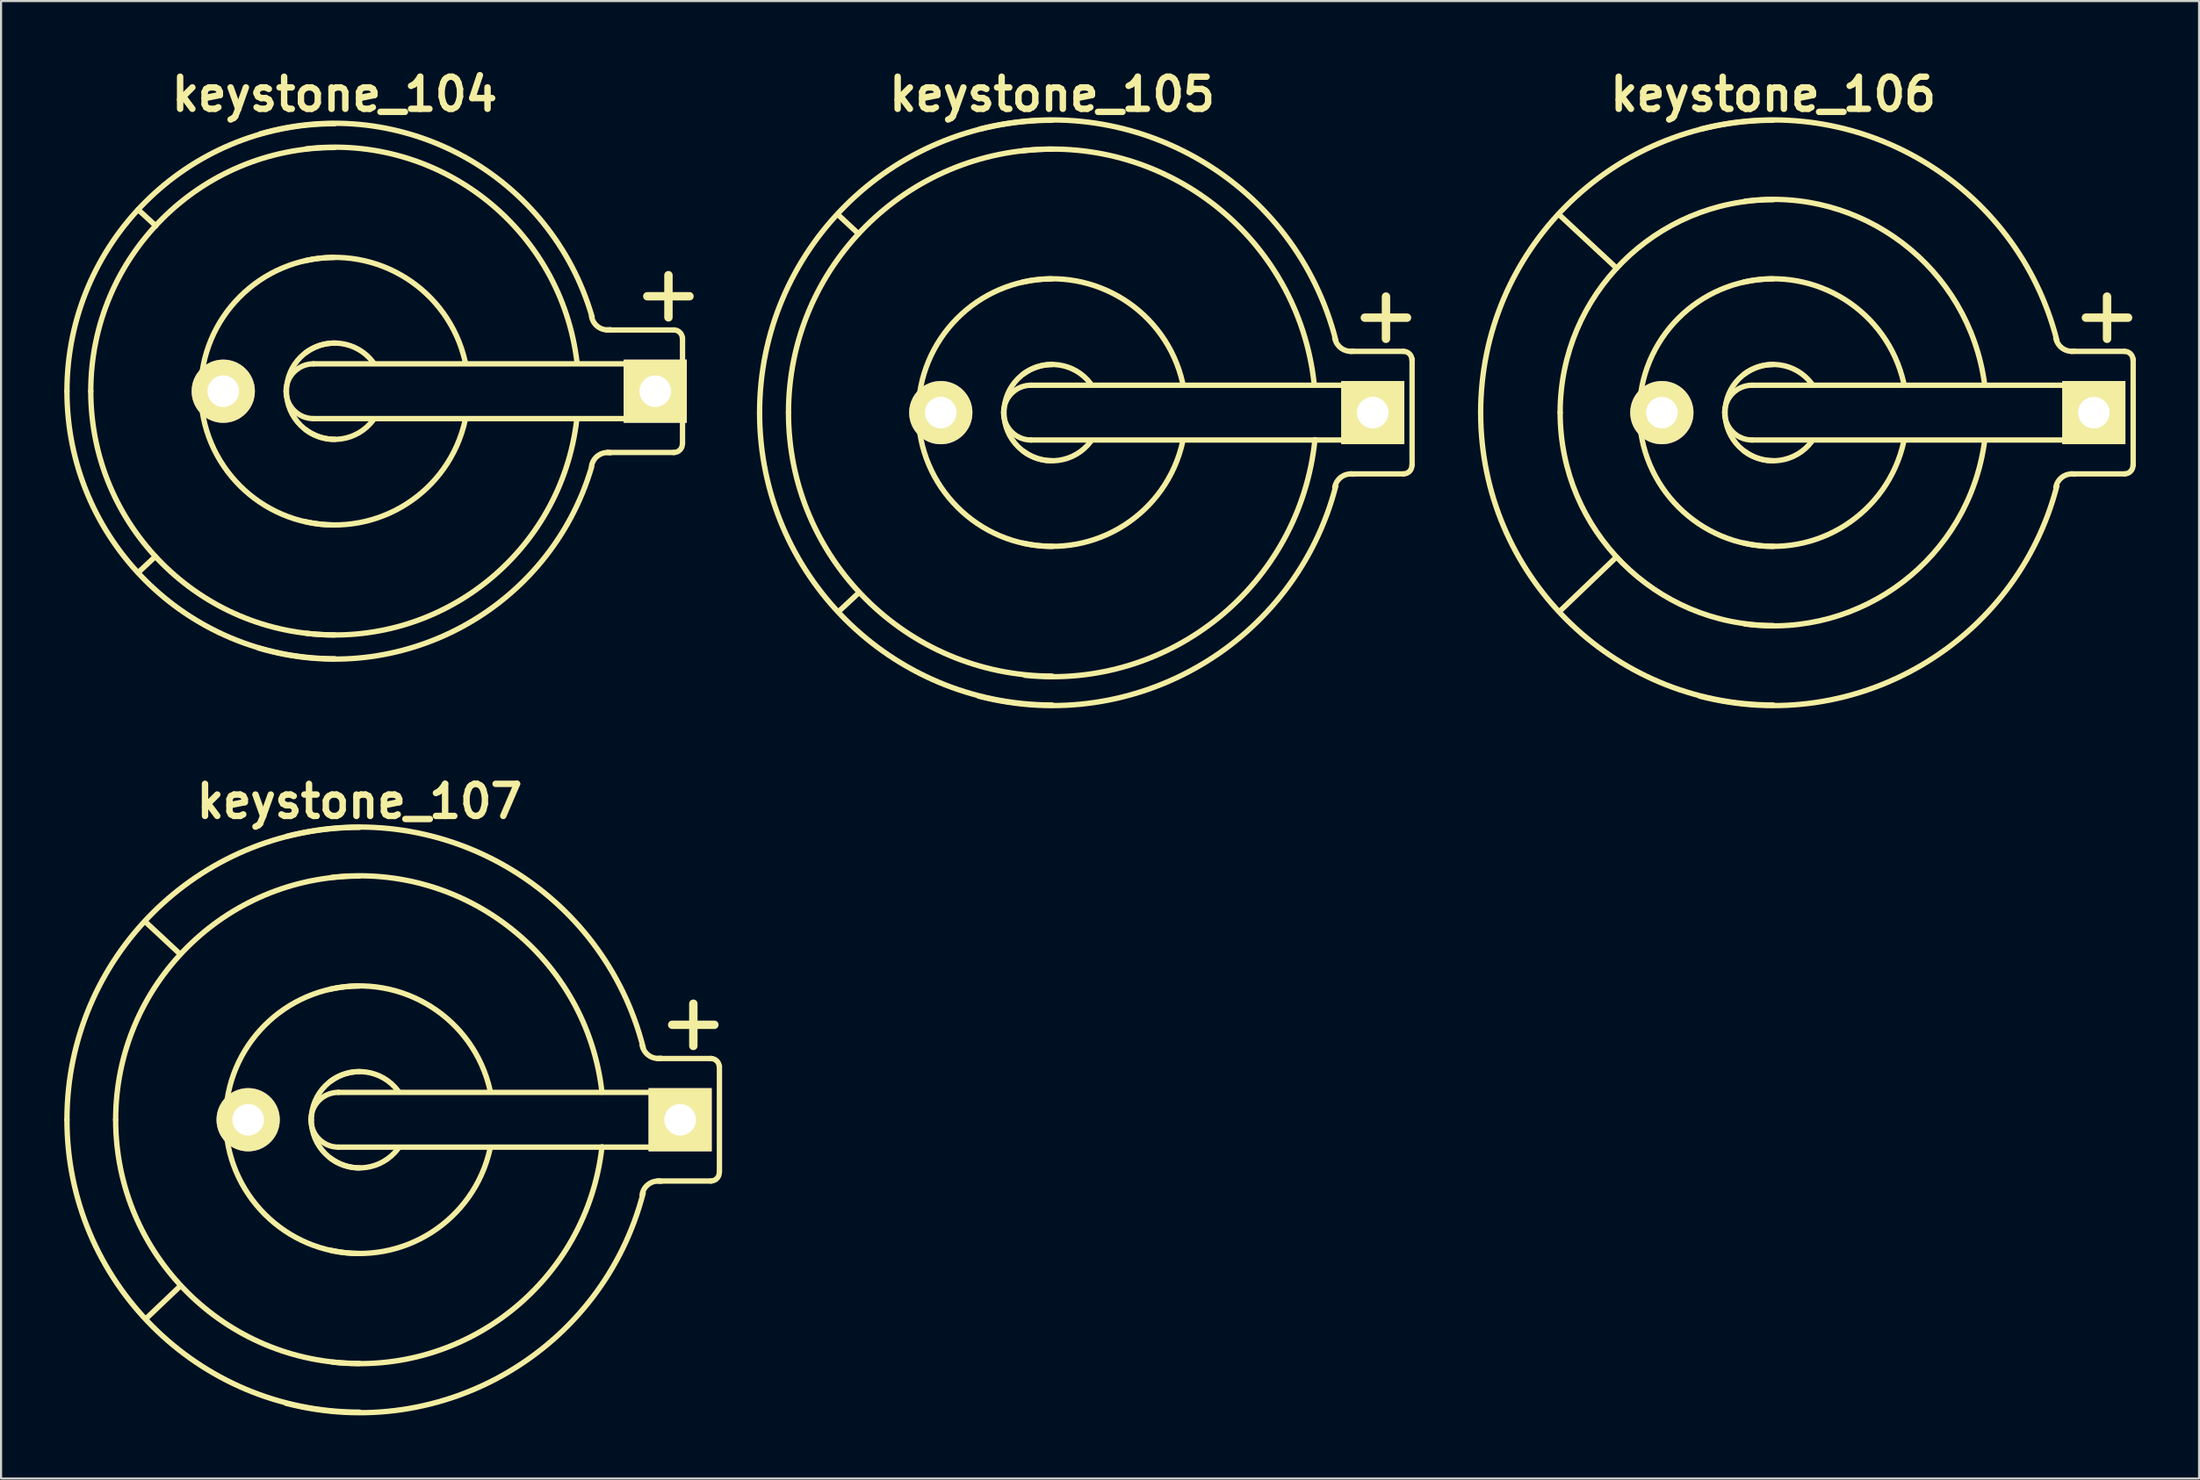
<source format=kicad_pcb>
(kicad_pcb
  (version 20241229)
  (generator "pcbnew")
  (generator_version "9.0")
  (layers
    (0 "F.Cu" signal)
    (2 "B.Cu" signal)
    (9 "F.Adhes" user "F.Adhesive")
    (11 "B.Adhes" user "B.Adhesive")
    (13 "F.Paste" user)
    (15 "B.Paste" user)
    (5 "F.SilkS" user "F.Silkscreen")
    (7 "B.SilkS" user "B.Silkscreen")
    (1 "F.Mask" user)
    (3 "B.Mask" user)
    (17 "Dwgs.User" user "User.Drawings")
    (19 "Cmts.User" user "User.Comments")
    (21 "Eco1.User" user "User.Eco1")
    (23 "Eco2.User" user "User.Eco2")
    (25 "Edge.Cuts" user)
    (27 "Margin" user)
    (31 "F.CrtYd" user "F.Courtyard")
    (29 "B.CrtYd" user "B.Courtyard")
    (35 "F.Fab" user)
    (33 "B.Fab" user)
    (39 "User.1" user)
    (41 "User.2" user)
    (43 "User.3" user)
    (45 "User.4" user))
  (footprint "keystone_107"
    (layer "F.Cu")
    (at 14.008 50.11)
    (property "Reference" "keystone_107" (at 0 -15.113 0) (layer "F.SilkS") (effects (font (size 1.524 1.524) (thickness 0.305))))
    (attr through_hole)
    (fp_line (start -8.509 -7.861) (end -10.173 -9.411) (stroke (width 0.254) (type solid)) (layer "F.SilkS"))
    (fp_line (start -8.496 7.887) (end -10.135 9.449) (stroke (width 0.254) (type solid)) (layer "F.SilkS"))
    (fp_line (start -1.001 -1.3) (end 15.199 -1.3) (stroke (width 0.254) (type solid)) (layer "F.SilkS"))
    (fp_line (start 14.839 -4.508) (end 16.84 -4.508) (stroke (width 0.399) (type solid)) (layer "F.SilkS"))
    (fp_line (start 15.199 1.3) (end -1.001 1.3) (stroke (width 0.254) (type solid)) (layer "F.SilkS"))
    (fp_line (start 15.207 -1.3) (end 15.207 1.3) (stroke (width 0.254) (type solid)) (layer "F.SilkS"))
    (fp_line (start 15.842 -3.505) (end 15.842 -5.509) (stroke (width 0.399) (type solid)) (layer "F.SilkS"))
    (fp_line (start 16.675 -2.908) (end 14.148 -2.908) (stroke (width 0.254) (type solid)) (layer "F.SilkS"))
    (fp_line (start 16.675 2.908) (end 14.148 2.908) (stroke (width 0.254) (type solid)) (layer "F.SilkS"))
    (fp_line (start 17.081 -2.54) (end 17.081 2.489) (stroke (width 0.254) (type solid)) (layer "F.SilkS"))
    (fp_arc (start -13.8811 0) (mid -9.81542 -9.81542) (end 0 -13.8811) (stroke (width 0.254) (type solid)) (layer "F.SilkS"))
    (fp_arc (start -11.5697 0) (mid -8.181013 -8.181013) (end 0 -11.5697) (stroke (width 0.254) (type solid)) (layer "F.SilkS"))
    (fp_arc (start -6.35 0.0254) (mid -4.508089 -4.472168) (end -0.0254 -6.35) (stroke (width 0.254) (type solid)) (layer "F.SilkS"))
    (fp_arc (start -3.429 -13.462) (mid 7.094402 -11.943741) (end 13.462 -3.429) (stroke (width 0.254) (type solid)) (layer "F.SilkS"))
    (fp_arc (start -2.30124 0) (mid -1.920338 -0.919578) (end -1.00076 -1.30048) (stroke (width 0.254) (type solid)) (layer "F.SilkS"))
    (fp_arc (start -2.286 0) (mid -1.616446 -1.616446) (end 0 -2.286) (stroke (width 0.254) (type solid)) (layer "F.SilkS"))
    (fp_arc (start -1.397 -6.1976) (mid 3.394537 -5.370193) (end 6.1976 -1.397) (stroke (width 0.254) (type solid)) (layer "F.SilkS"))
    (fp_arc (start -1.3716 -1.8288) (mid 0.323289 -2.263025) (end 1.8288 -1.3716) (stroke (width 0.254) (type solid)) (layer "F.SilkS"))
    (fp_arc (start -1.3081 -11.5062) (mid 7.211146 -9.061078) (end 11.5062 -1.3081) (stroke (width 0.254) (type solid)) (layer "F.SilkS"))
    (fp_arc (start -1.00076 1.30048) (mid -1.920338 0.919578) (end -2.30124 0) (stroke (width 0.254) (type solid)) (layer "F.SilkS"))
    (fp_arc (start 0 2.286) (mid -1.616446 1.616446) (end -2.286 0) (stroke (width 0.254) (type solid)) (layer "F.SilkS"))
    (fp_arc (start 0 6.35) (mid -4.490128 4.490128) (end -6.35 0) (stroke (width 0.254) (type solid)) (layer "F.SilkS"))
    (fp_arc (start 0 11.5697) (mid -8.181013 8.181013) (end -11.5697 0) (stroke (width 0.254) (type solid)) (layer "F.SilkS"))
    (fp_arc (start 0 13.8811) (mid -9.81542 9.81542) (end -13.8811 0) (stroke (width 0.254) (type solid)) (layer "F.SilkS"))
    (fp_arc (start 1.8288 1.3716) (mid 0.323289 2.263025) (end -1.3716 1.8288) (stroke (width 0.254) (type solid)) (layer "F.SilkS"))
    (fp_arc (start 6.1976 1.3716) (mid 3.412497 5.352233) (end -1.3716 6.1976) (stroke (width 0.254) (type solid)) (layer "F.SilkS"))
    (fp_arc (start 11.5062 1.2827) (mid 7.229106 9.043118) (end -1.2827 11.5062) (stroke (width 0.254) (type solid)) (layer "F.SilkS"))
    (fp_arc (start 13.4112 3.556) (mid 13.724187 3.054382) (end 14.3002 2.921) (stroke (width 0.254) (type solid)) (layer "F.SilkS"))
    (fp_arc (start 13.462 3.4798) (mid 7.058481 11.979662) (end -3.4798 13.462) (stroke (width 0.254) (type solid)) (layer "F.SilkS"))
    (fp_arc (start 14.3002 -2.921) (mid 13.724187 -3.054382) (end 13.4112 -3.556) (stroke (width 0.254) (type solid)) (layer "F.SilkS"))
    (fp_arc (start 16.67256 -2.9083) (mid 16.956336 -2.790756) (end 17.07388 -2.50698) (stroke (width 0.254) (type solid)) (layer "F.SilkS"))
    (fp_arc (start 17.07388 2.50698) (mid 16.956336 2.790756) (end 16.67256 2.9083) (stroke (width 0.254) (type solid)) (layer "F.SilkS"))
    (pad "1" thru_hole rect (at 15.215 0) (size 2.997 2.997) (drill 1.499) (layers "*.Cu" "*.Mask" "F.SilkS"))
    (pad "2" thru_hole circle (at -5.283 0) (size 3 3) (drill 1.499) (layers "*.Cu" "*.Mask" "F.SilkS")))
  (footprint "keystone_104"
    (layer "F.Cu")
    (at 12.827 15.523)
    (property "Reference" "keystone_104" (at 0 -14.097 0) (layer "F.SilkS") (effects (font (size 1.524 1.524) (thickness 0.305))))
    (attr through_hole)
    (fp_line (start -8.509 7.849) (end -9.322 8.611) (stroke (width 0.254) (type solid)) (layer "F.SilkS"))
    (fp_line (start -8.484 -7.849) (end -9.322 -8.623) (stroke (width 0.254) (type solid)) (layer "F.SilkS"))
    (fp_line (start -1.001 -1.3) (end 15.199 -1.3) (stroke (width 0.254) (type solid)) (layer "F.SilkS"))
    (fp_line (start 14.839 -4.508) (end 16.84 -4.508) (stroke (width 0.399) (type solid)) (layer "F.SilkS"))
    (fp_line (start 15.199 1.3) (end -1.001 1.3) (stroke (width 0.254) (type solid)) (layer "F.SilkS"))
    (fp_line (start 15.207 -1.3) (end 15.207 1.3) (stroke (width 0.254) (type solid)) (layer "F.SilkS"))
    (fp_line (start 15.842 -3.505) (end 15.842 -5.509) (stroke (width 0.399) (type solid)) (layer "F.SilkS"))
    (fp_line (start 16.091 2.908) (end 12.941 2.908) (stroke (width 0.254) (type solid)) (layer "F.SilkS"))
    (fp_line (start 16.104 -2.908) (end 12.916 -2.908) (stroke (width 0.254) (type solid)) (layer "F.SilkS"))
    (fp_line (start 16.51 -2.54) (end 16.51 2.489) (stroke (width 0.254) (type solid)) (layer "F.SilkS"))
    (fp_arc (start -12.7 0) (mid -8.980256 -8.980256) (end 0 -12.7) (stroke (width 0.254) (type solid)) (layer "F.SilkS"))
    (fp_arc (start -11.5697 0) (mid -8.181013 -8.181013) (end 0 -11.5697) (stroke (width 0.254) (type solid)) (layer "F.SilkS"))
    (fp_arc (start -6.35 0.0254) (mid -4.508089 -4.472168) (end -0.0254 -6.35) (stroke (width 0.254) (type solid)) (layer "F.SilkS"))
    (fp_arc (start -3.5306 -12.2174) (mid 6.142495 -11.135518) (end 12.2174 -3.5306) (stroke (width 0.254) (type solid)) (layer "F.SilkS"))
    (fp_arc (start -2.30124 0) (mid -1.920338 -0.919578) (end -1.00076 -1.30048) (stroke (width 0.254) (type solid)) (layer "F.SilkS"))
    (fp_arc (start -2.286 0) (mid -1.616446 -1.616446) (end 0 -2.286) (stroke (width 0.254) (type solid)) (layer "F.SilkS"))
    (fp_arc (start -1.397 -6.1976) (mid 3.394537 -5.370193) (end 6.1976 -1.397) (stroke (width 0.254) (type solid)) (layer "F.SilkS"))
    (fp_arc (start -1.3716 -1.8288) (mid 0.323289 -2.263025) (end 1.8288 -1.3716) (stroke (width 0.254) (type solid)) (layer "F.SilkS"))
    (fp_arc (start -1.3462 -11.5062) (mid 7.184205 -9.088019) (end 11.5062 -1.3462) (stroke (width 0.254) (type solid)) (layer "F.SilkS"))
    (fp_arc (start -1.00076 1.30048) (mid -1.920338 0.919578) (end -2.30124 0) (stroke (width 0.254) (type solid)) (layer "F.SilkS"))
    (fp_arc (start 0 2.286) (mid -1.616446 1.616446) (end -2.286 0) (stroke (width 0.254) (type solid)) (layer "F.SilkS"))
    (fp_arc (start 0 6.35) (mid -4.490128 4.490128) (end -6.35 0) (stroke (width 0.254) (type solid)) (layer "F.SilkS"))
    (fp_arc (start 0 11.5697) (mid -8.181013 8.181013) (end -11.5697 0) (stroke (width 0.254) (type solid)) (layer "F.SilkS"))
    (fp_arc (start 0 12.7) (mid -8.980256 8.980256) (end -12.7 0) (stroke (width 0.254) (type solid)) (layer "F.SilkS"))
    (fp_arc (start 1.8288 1.3716) (mid 0.323289 2.263025) (end -1.3716 1.8288) (stroke (width 0.254) (type solid)) (layer "F.SilkS"))
    (fp_arc (start 6.1976 1.3716) (mid 3.412497 5.352233) (end -1.3716 6.1976) (stroke (width 0.254) (type solid)) (layer "F.SilkS"))
    (fp_arc (start 11.4935 1.3335) (mid 7.184205 9.070059) (end -1.3335 11.4935) (stroke (width 0.254) (type solid)) (layer "F.SilkS"))
    (fp_arc (start 12.192 3.556) (mid 12.504987 3.054382) (end 13.081 2.921) (stroke (width 0.254) (type solid)) (layer "F.SilkS"))
    (fp_arc (start 12.192 3.6068) (mid 6.070653 11.171439) (end -3.6068 12.192) (stroke (width 0.254) (type solid)) (layer "F.SilkS"))
    (fp_arc (start 13.081 -2.921) (mid 12.504987 -3.054382) (end 12.192 -3.556) (stroke (width 0.254) (type solid)) (layer "F.SilkS"))
    (fp_arc (start 16.10106 -2.9083) (mid 16.384836 -2.790756) (end 16.50238 -2.50698) (stroke (width 0.254) (type solid)) (layer "F.SilkS"))
    (fp_arc (start 16.50238 2.50698) (mid 16.384836 2.790756) (end 16.10106 2.9083) (stroke (width 0.254) (type solid)) (layer "F.SilkS"))
    (pad "1" thru_hole rect (at 15.215 0) (size 2.997 2.997) (drill 1.499) (layers "*.Cu" "*.Mask" "F.SilkS"))
    (pad "2" thru_hole circle (at -5.283 0) (size 3 3) (drill 1.499) (layers "*.Cu" "*.Mask" "F.SilkS")))
  (footprint "keystone_105"
    (layer "F.Cu")
    (at 46.875 16.539)
    (property "Reference" "keystone_105" (at 0 -15.113 0) (layer "F.SilkS") (effects (font (size 1.524 1.524) (thickness 0.305))))
    (attr through_hole)
    (fp_line (start -9.195 -8.496) (end -10.16 -9.398) (stroke (width 0.254) (type solid)) (layer "F.SilkS"))
    (fp_line (start -9.169 8.547) (end -10.135 9.449) (stroke (width 0.254) (type solid)) (layer "F.SilkS"))
    (fp_line (start -1.001 -1.3) (end 15.199 -1.3) (stroke (width 0.254) (type solid)) (layer "F.SilkS"))
    (fp_line (start 14.839 -4.508) (end 16.84 -4.508) (stroke (width 0.399) (type solid)) (layer "F.SilkS"))
    (fp_line (start 15.199 1.3) (end -1.001 1.3) (stroke (width 0.254) (type solid)) (layer "F.SilkS"))
    (fp_line (start 15.207 -1.3) (end 15.207 1.3) (stroke (width 0.254) (type solid)) (layer "F.SilkS"))
    (fp_line (start 15.842 -3.505) (end 15.842 -5.509) (stroke (width 0.399) (type solid)) (layer "F.SilkS"))
    (fp_line (start 16.675 -2.908) (end 14.148 -2.908) (stroke (width 0.254) (type solid)) (layer "F.SilkS"))
    (fp_line (start 16.675 2.908) (end 14.148 2.908) (stroke (width 0.254) (type solid)) (layer "F.SilkS"))
    (fp_line (start 17.081 -2.54) (end 17.081 2.489) (stroke (width 0.254) (type solid)) (layer "F.SilkS"))
    (fp_arc (start -13.8811 0) (mid -9.81542 -9.81542) (end 0 -13.8811) (stroke (width 0.254) (type solid)) (layer "F.SilkS"))
    (fp_arc (start -12.5095 0) (mid -8.845552 -8.845552) (end 0 -12.5095) (stroke (width 0.254) (type solid)) (layer "F.SilkS"))
    (fp_arc (start -6.35 0.0254) (mid -4.508089 -4.472168) (end -0.0254 -6.35) (stroke (width 0.254) (type solid)) (layer "F.SilkS"))
    (fp_arc (start -3.429 -13.462) (mid 7.094402 -11.943741) (end 13.462 -3.429) (stroke (width 0.254) (type solid)) (layer "F.SilkS"))
    (fp_arc (start -2.30124 0) (mid -1.920338 -0.919578) (end -1.00076 -1.30048) (stroke (width 0.254) (type solid)) (layer "F.SilkS"))
    (fp_arc (start -2.286 0) (mid -1.616446 -1.616446) (end 0 -2.286) (stroke (width 0.254) (type solid)) (layer "F.SilkS"))
    (fp_arc (start -1.397 -6.1976) (mid 3.394537 -5.370193) (end 6.1976 -1.397) (stroke (width 0.254) (type solid)) (layer "F.SilkS"))
    (fp_arc (start -1.3843 -12.4333) (mid 7.812823 -9.770519) (end 12.4333 -1.3843) (stroke (width 0.254) (type solid)) (layer "F.SilkS"))
    (fp_arc (start -1.3716 -1.8288) (mid 0.323289 -2.263025) (end 1.8288 -1.3716) (stroke (width 0.254) (type solid)) (layer "F.SilkS"))
    (fp_arc (start -1.00076 1.30048) (mid -1.920338 0.919578) (end -2.30124 0) (stroke (width 0.254) (type solid)) (layer "F.SilkS"))
    (fp_arc (start 0 2.286) (mid -1.616446 1.616446) (end -2.286 0) (stroke (width 0.254) (type solid)) (layer "F.SilkS"))
    (fp_arc (start 0 6.35) (mid -4.490128 4.490128) (end -6.35 0) (stroke (width 0.254) (type solid)) (layer "F.SilkS"))
    (fp_arc (start 0 12.5095) (mid -8.845552 8.845552) (end -12.5095 0) (stroke (width 0.254) (type solid)) (layer "F.SilkS"))
    (fp_arc (start 0 13.8811) (mid -9.81542 9.81542) (end -13.8811 0) (stroke (width 0.254) (type solid)) (layer "F.SilkS"))
    (fp_arc (start 1.8288 1.3716) (mid 0.323289 2.263025) (end -1.3716 1.8288) (stroke (width 0.254) (type solid)) (layer "F.SilkS"))
    (fp_arc (start 6.1976 1.3716) (mid 3.412497 5.352233) (end -1.3716 6.1976) (stroke (width 0.254) (type solid)) (layer "F.SilkS"))
    (fp_arc (start 12.4714 1.2827) (mid 7.911606 9.725617) (end -1.2827 12.4714) (stroke (width 0.254) (type solid)) (layer "F.SilkS"))
    (fp_arc (start 13.4112 3.556) (mid 13.724187 3.054382) (end 14.3002 2.921) (stroke (width 0.254) (type solid)) (layer "F.SilkS"))
    (fp_arc (start 13.462 3.4798) (mid 7.058481 11.979662) (end -3.4798 13.462) (stroke (width 0.254) (type solid)) (layer "F.SilkS"))
    (fp_arc (start 14.3002 -2.921) (mid 13.724187 -3.054382) (end 13.4112 -3.556) (stroke (width 0.254) (type solid)) (layer "F.SilkS"))
    (fp_arc (start 16.67256 -2.9083) (mid 16.956336 -2.790756) (end 17.07388 -2.50698) (stroke (width 0.254) (type solid)) (layer "F.SilkS"))
    (fp_arc (start 17.07388 2.50698) (mid 16.956336 2.790756) (end 16.67256 2.9083) (stroke (width 0.254) (type solid)) (layer "F.SilkS"))
    (pad "1" thru_hole rect (at 15.215 0) (size 2.997 2.997) (drill 1.499) (layers "*.Cu" "*.Mask" "F.SilkS"))
    (pad "2" thru_hole circle (at -5.283 0) (size 3 3) (drill 1.499) (layers "*.Cu" "*.Mask" "F.SilkS")))
  (footprint "keystone_106"
    (layer "F.Cu")
    (at 81.091 16.539)
    (property "Reference" "keystone_106" (at 0 -15.113 0) (layer "F.SilkS") (effects (font (size 1.524 1.524) (thickness 0.305))))
    (attr through_hole)
    (fp_line (start -7.442 6.858) (end -10.147 9.449) (stroke (width 0.254) (type solid)) (layer "F.SilkS"))
    (fp_line (start -7.429 -6.858) (end -10.185 -9.423) (stroke (width 0.254) (type solid)) (layer "F.SilkS"))
    (fp_line (start -1.001 -1.3) (end 15.199 -1.3) (stroke (width 0.254) (type solid)) (layer "F.SilkS"))
    (fp_line (start 14.839 -4.508) (end 16.84 -4.508) (stroke (width 0.399) (type solid)) (layer "F.SilkS"))
    (fp_line (start 15.199 1.3) (end -1.001 1.3) (stroke (width 0.254) (type solid)) (layer "F.SilkS"))
    (fp_line (start 15.207 -1.3) (end 15.207 1.3) (stroke (width 0.254) (type solid)) (layer "F.SilkS"))
    (fp_line (start 15.842 -3.505) (end 15.842 -5.509) (stroke (width 0.399) (type solid)) (layer "F.SilkS"))
    (fp_line (start 16.675 -2.908) (end 14.148 -2.908) (stroke (width 0.254) (type solid)) (layer "F.SilkS"))
    (fp_line (start 16.675 2.908) (end 14.148 2.908) (stroke (width 0.254) (type solid)) (layer "F.SilkS"))
    (fp_line (start 17.081 -2.54) (end 17.081 2.489) (stroke (width 0.254) (type solid)) (layer "F.SilkS"))
    (fp_arc (start -13.8811 0) (mid -9.81542 -9.81542) (end 0 -13.8811) (stroke (width 0.254) (type solid)) (layer "F.SilkS"))
    (fp_arc (start -10.1092 0) (mid -7.148284 -7.148284) (end 0 -10.1092) (stroke (width 0.254) (type solid)) (layer "F.SilkS"))
    (fp_arc (start -6.35 0.0254) (mid -4.508089 -4.472168) (end -0.0254 -6.35) (stroke (width 0.254) (type solid)) (layer "F.SilkS"))
    (fp_arc (start -3.429 -13.462) (mid 7.094402 -11.943741) (end 13.462 -3.429) (stroke (width 0.254) (type solid)) (layer "F.SilkS"))
    (fp_arc (start -2.30124 0) (mid -1.920338 -0.919578) (end -1.00076 -1.30048) (stroke (width 0.254) (type solid)) (layer "F.SilkS"))
    (fp_arc (start -2.286 0) (mid -1.616446 -1.616446) (end 0 -2.286) (stroke (width 0.254) (type solid)) (layer "F.SilkS"))
    (fp_arc (start -1.397 -6.1976) (mid 3.394537 -5.370193) (end 6.1976 -1.397) (stroke (width 0.254) (type solid)) (layer "F.SilkS"))
    (fp_arc (start -1.3716 -1.8288) (mid 0.323289 -2.263025) (end 1.8288 -1.3716) (stroke (width 0.254) (type solid)) (layer "F.SilkS"))
    (fp_arc (start -1.3462 -10.033) (mid 6.142495 -8.046309) (end 10.033 -1.3462) (stroke (width 0.254) (type solid)) (layer "F.SilkS"))
    (fp_arc (start -1.00076 1.30048) (mid -1.920338 0.919578) (end -2.30124 0) (stroke (width 0.254) (type solid)) (layer "F.SilkS"))
    (fp_arc (start 0 2.286) (mid -1.616446 1.616446) (end -2.286 0) (stroke (width 0.254) (type solid)) (layer "F.SilkS"))
    (fp_arc (start 0 6.35) (mid -4.490128 4.490128) (end -6.35 0) (stroke (width 0.254) (type solid)) (layer "F.SilkS"))
    (fp_arc (start 0 10.1092) (mid -7.148284 7.148284) (end -10.1092 0) (stroke (width 0.254) (type solid)) (layer "F.SilkS"))
    (fp_arc (start 0 13.8811) (mid -9.81542 9.81542) (end -13.8811 0) (stroke (width 0.254) (type solid)) (layer "F.SilkS"))
    (fp_arc (start 1.8288 1.3716) (mid 0.323289 2.263025) (end -1.3716 1.8288) (stroke (width 0.254) (type solid)) (layer "F.SilkS"))
    (fp_arc (start 6.1976 1.3716) (mid 3.412497 5.352233) (end -1.3716 6.1976) (stroke (width 0.254) (type solid)) (layer "F.SilkS"))
    (fp_arc (start 10.033 1.3462) (mid 6.142495 8.046309) (end -1.3462 10.033) (stroke (width 0.254) (type solid)) (layer "F.SilkS"))
    (fp_arc (start 13.4112 3.556) (mid 13.724187 3.054382) (end 14.3002 2.921) (stroke (width 0.254) (type solid)) (layer "F.SilkS"))
    (fp_arc (start 13.462 3.4798) (mid 7.058481 11.979662) (end -3.4798 13.462) (stroke (width 0.254) (type solid)) (layer "F.SilkS"))
    (fp_arc (start 14.3002 -2.921) (mid 13.724187 -3.054382) (end 13.4112 -3.556) (stroke (width 0.254) (type solid)) (layer "F.SilkS"))
    (fp_arc (start 16.67256 -2.9083) (mid 16.956336 -2.790756) (end 17.07388 -2.50698) (stroke (width 0.254) (type solid)) (layer "F.SilkS"))
    (fp_arc (start 17.07388 2.50698) (mid 16.956336 2.790756) (end 16.67256 2.9083) (stroke (width 0.254) (type solid)) (layer "F.SilkS"))
    (pad "1" thru_hole rect (at 15.215 0) (size 2.997 2.997) (drill 1.499) (layers "*.Cu" "*.Mask" "F.SilkS"))
    (pad "2" thru_hole circle (at -5.283 0) (size 3 3) (drill 1.499) (layers "*.Cu" "*.Mask" "F.SilkS")))
  (gr_rect
    (start -3 -3)
    (end 101.3 67.142)
    (stroke (width 0.1) (type default))
    (fill no)
    (layer "Edge.Cuts")))
</source>
